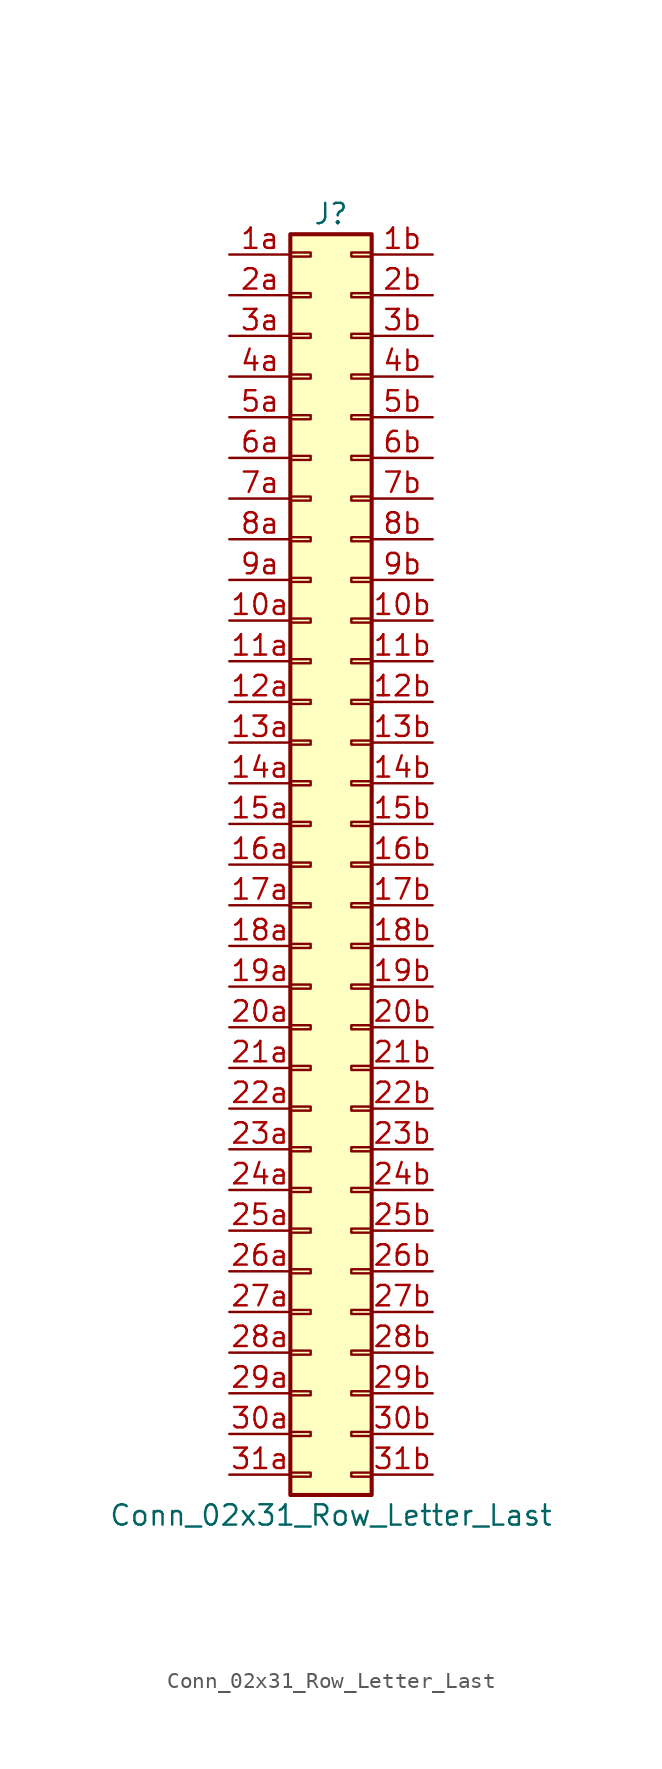
<source format=kicad_sym>
(kicad_symbol_lib
  (version 20201005)
  (generator kicad_symbol_editor)
  (symbol "Conn_02x31_Row_Letter_Last"
    (pin_names
      (offset 1.016) hide)
    (property "Reference" "J"
      (at 1.27 40.64 0)
      (effects (font (size 1.27 1.27))))
    (property "Value" "Conn_02x31_Row_Letter_Last"
      (at 1.27 -40.64 0)
      (effects (font (size 1.27 1.27))))
    (symbol "Conn_02x31_Row_Letter_Last_1_1"
      (rectangle (start -1.27 -37.973) (end 0 -38.227) (stroke (width 0.152)) (fill (type none)))
      (rectangle (start -1.27 -35.433) (end 0 -35.687) (stroke (width 0.152)) (fill (type none)))
      (rectangle (start -1.27 -32.893) (end 0 -33.147) (stroke (width 0.152)) (fill (type none)))
      (rectangle (start -1.27 -30.353) (end 0 -30.607) (stroke (width 0.152)) (fill (type none)))
      (rectangle (start -1.27 -27.813) (end 0 -28.067) (stroke (width 0.152)) (fill (type none)))
      (rectangle (start -1.27 -25.273) (end 0 -25.527) (stroke (width 0.152)) (fill (type none)))
      (rectangle (start -1.27 -22.733) (end 0 -22.987) (stroke (width 0.152)) (fill (type none)))
      (rectangle (start -1.27 -20.193) (end 0 -20.447) (stroke (width 0.152)) (fill (type none)))
      (rectangle (start -1.27 -17.653) (end 0 -17.907) (stroke (width 0.152)) (fill (type none)))
      (rectangle (start -1.27 -15.113) (end 0 -15.367) (stroke (width 0.152)) (fill (type none)))
      (rectangle (start -1.27 -12.573) (end 0 -12.827) (stroke (width 0.152)) (fill (type none)))
      (rectangle (start -1.27 -10.033) (end 0 -10.287) (stroke (width 0.152)) (fill (type none)))
      (rectangle (start -1.27 -7.493) (end 0 -7.747) (stroke (width 0.152)) (fill (type none)))
      (rectangle (start -1.27 -4.953) (end 0 -5.207) (stroke (width 0.152)) (fill (type none)))
      (rectangle (start -1.27 -2.413) (end 0 -2.667) (stroke (width 0.152)) (fill (type none)))
      (rectangle (start -1.27 0.127) (end 0 -0.127) (stroke (width 0.152)) (fill (type none)))
      (rectangle (start -1.27 2.667) (end 0 2.413) (stroke (width 0.152)) (fill (type none)))
      (rectangle (start -1.27 5.207) (end 0 4.953) (stroke (width 0.152)) (fill (type none)))
      (rectangle (start -1.27 7.747) (end 0 7.493) (stroke (width 0.152)) (fill (type none)))
      (rectangle (start -1.27 10.287) (end 0 10.033) (stroke (width 0.152)) (fill (type none)))
      (rectangle (start -1.27 12.827) (end 0 12.573) (stroke (width 0.152)) (fill (type none)))
      (rectangle (start -1.27 15.367) (end 0 15.113) (stroke (width 0.152)) (fill (type none)))
      (rectangle (start -1.27 17.907) (end 0 17.653) (stroke (width 0.152)) (fill (type none)))
      (rectangle (start -1.27 20.447) (end 0 20.193) (stroke (width 0.152)) (fill (type none)))
      (rectangle (start -1.27 22.987) (end 0 22.733) (stroke (width 0.152)) (fill (type none)))
      (rectangle (start -1.27 25.527) (end 0 25.273) (stroke (width 0.152)) (fill (type none)))
      (rectangle (start -1.27 28.067) (end 0 27.813) (stroke (width 0.152)) (fill (type none)))
      (rectangle (start -1.27 30.607) (end 0 30.353) (stroke (width 0.152)) (fill (type none)))
      (rectangle (start -1.27 33.147) (end 0 32.893) (stroke (width 0.152)) (fill (type none)))
      (rectangle (start -1.27 35.687) (end 0 35.433) (stroke (width 0.152)) (fill (type none)))
      (rectangle (start -1.27 38.227) (end 0 37.973) (stroke (width 0.152)) (fill (type none)))
      (rectangle (start 3.81 -37.973) (end 2.54 -38.227) (stroke (width 0.152)) (fill (type none)))
      (rectangle (start 3.81 -35.433) (end 2.54 -35.687) (stroke (width 0.152)) (fill (type none)))
      (rectangle (start 3.81 -32.893) (end 2.54 -33.147) (stroke (width 0.152)) (fill (type none)))
      (rectangle (start 3.81 -30.353) (end 2.54 -30.607) (stroke (width 0.152)) (fill (type none)))
      (rectangle (start 3.81 -27.813) (end 2.54 -28.067) (stroke (width 0.152)) (fill (type none)))
      (rectangle (start 3.81 -25.273) (end 2.54 -25.527) (stroke (width 0.152)) (fill (type none)))
      (rectangle (start 3.81 -22.733) (end 2.54 -22.987) (stroke (width 0.152)) (fill (type none)))
      (rectangle (start 3.81 -20.193) (end 2.54 -20.447) (stroke (width 0.152)) (fill (type none)))
      (rectangle (start 3.81 -17.653) (end 2.54 -17.907) (stroke (width 0.152)) (fill (type none)))
      (rectangle (start 3.81 -15.113) (end 2.54 -15.367) (stroke (width 0.152)) (fill (type none)))
      (rectangle (start 3.81 -12.573) (end 2.54 -12.827) (stroke (width 0.152)) (fill (type none)))
      (rectangle (start 3.81 -10.033) (end 2.54 -10.287) (stroke (width 0.152)) (fill (type none)))
      (rectangle (start 3.81 -7.493) (end 2.54 -7.747) (stroke (width 0.152)) (fill (type none)))
      (rectangle (start 3.81 -4.953) (end 2.54 -5.207) (stroke (width 0.152)) (fill (type none)))
      (rectangle (start 3.81 -2.413) (end 2.54 -2.667) (stroke (width 0.152)) (fill (type none)))
      (rectangle (start 3.81 0.127) (end 2.54 -0.127) (stroke (width 0.152)) (fill (type none)))
      (rectangle (start 3.81 2.667) (end 2.54 2.413) (stroke (width 0.152)) (fill (type none)))
      (rectangle (start 3.81 5.207) (end 2.54 4.953) (stroke (width 0.152)) (fill (type none)))
      (rectangle (start 3.81 7.747) (end 2.54 7.493) (stroke (width 0.152)) (fill (type none)))
      (rectangle (start 3.81 10.287) (end 2.54 10.033) (stroke (width 0.152)) (fill (type none)))
      (rectangle (start 3.81 12.827) (end 2.54 12.573) (stroke (width 0.152)) (fill (type none)))
      (rectangle (start 3.81 15.367) (end 2.54 15.113) (stroke (width 0.152)) (fill (type none)))
      (rectangle (start 3.81 17.907) (end 2.54 17.653) (stroke (width 0.152)) (fill (type none)))
      (rectangle (start 3.81 20.447) (end 2.54 20.193) (stroke (width 0.152)) (fill (type none)))
      (rectangle (start 3.81 22.987) (end 2.54 22.733) (stroke (width 0.152)) (fill (type none)))
      (rectangle (start 3.81 25.527) (end 2.54 25.273) (stroke (width 0.152)) (fill (type none)))
      (rectangle (start 3.81 28.067) (end 2.54 27.813) (stroke (width 0.152)) (fill (type none)))
      (rectangle (start 3.81 30.607) (end 2.54 30.353) (stroke (width 0.152)) (fill (type none)))
      (rectangle (start 3.81 33.147) (end 2.54 32.893) (stroke (width 0.152)) (fill (type none)))
      (rectangle (start 3.81 35.687) (end 2.54 35.433) (stroke (width 0.152)) (fill (type none)))
      (rectangle (start 3.81 38.227) (end 2.54 37.973) (stroke (width 0.152)) (fill (type none)))
      (rectangle (start -1.27 39.37) (end 3.81 -39.37) (stroke (width 0.254)) (fill (type background)))
      (pin passive line (at -5.08 15.24 0) (length 3.81) (name "Pin_10a" (effects (font (size 1.27 1.27)))) (number "10a" (effects (font (size 1.27 1.27)))))
      (pin passive line (at 7.62 15.24 180) (length 3.81) (name "Pin_10b" (effects (font (size 1.27 1.27)))) (number "10b" (effects (font (size 1.27 1.27)))))
      (pin passive line (at -5.08 12.7 0) (length 3.81) (name "Pin_11a" (effects (font (size 1.27 1.27)))) (number "11a" (effects (font (size 1.27 1.27)))))
      (pin passive line (at 7.62 12.7 180) (length 3.81) (name "Pin_11b" (effects (font (size 1.27 1.27)))) (number "11b" (effects (font (size 1.27 1.27)))))
      (pin passive line (at -5.08 10.16 0) (length 3.81) (name "Pin_12a" (effects (font (size 1.27 1.27)))) (number "12a" (effects (font (size 1.27 1.27)))))
      (pin passive line (at 7.62 10.16 180) (length 3.81) (name "Pin_12b" (effects (font (size 1.27 1.27)))) (number "12b" (effects (font (size 1.27 1.27)))))
      (pin passive line (at -5.08 7.62 0) (length 3.81) (name "Pin_13a" (effects (font (size 1.27 1.27)))) (number "13a" (effects (font (size 1.27 1.27)))))
      (pin passive line (at 7.62 7.62 180) (length 3.81) (name "Pin_13b" (effects (font (size 1.27 1.27)))) (number "13b" (effects (font (size 1.27 1.27)))))
      (pin passive line (at -5.08 5.08 0) (length 3.81) (name "Pin_14a" (effects (font (size 1.27 1.27)))) (number "14a" (effects (font (size 1.27 1.27)))))
      (pin passive line (at 7.62 5.08 180) (length 3.81) (name "Pin_14b" (effects (font (size 1.27 1.27)))) (number "14b" (effects (font (size 1.27 1.27)))))
      (pin passive line (at -5.08 2.54 0) (length 3.81) (name "Pin_15a" (effects (font (size 1.27 1.27)))) (number "15a" (effects (font (size 1.27 1.27)))))
      (pin passive line (at 7.62 2.54 180) (length 3.81) (name "Pin_15b" (effects (font (size 1.27 1.27)))) (number "15b" (effects (font (size 1.27 1.27)))))
      (pin passive line (at -5.08 0 0) (length 3.81) (name "Pin_16a" (effects (font (size 1.27 1.27)))) (number "16a" (effects (font (size 1.27 1.27)))))
      (pin passive line (at 7.62 0 180) (length 3.81) (name "Pin_16b" (effects (font (size 1.27 1.27)))) (number "16b" (effects (font (size 1.27 1.27)))))
      (pin passive line (at -5.08 -2.54 0) (length 3.81) (name "Pin_17a" (effects (font (size 1.27 1.27)))) (number "17a" (effects (font (size 1.27 1.27)))))
      (pin passive line (at 7.62 -2.54 180) (length 3.81) (name "Pin_17b" (effects (font (size 1.27 1.27)))) (number "17b" (effects (font (size 1.27 1.27)))))
      (pin passive line (at -5.08 -5.08 0) (length 3.81) (name "Pin_18a" (effects (font (size 1.27 1.27)))) (number "18a" (effects (font (size 1.27 1.27)))))
      (pin passive line (at 7.62 -5.08 180) (length 3.81) (name "Pin_18b" (effects (font (size 1.27 1.27)))) (number "18b" (effects (font (size 1.27 1.27)))))
      (pin passive line (at -5.08 -7.62 0) (length 3.81) (name "Pin_19a" (effects (font (size 1.27 1.27)))) (number "19a" (effects (font (size 1.27 1.27)))))
      (pin passive line (at 7.62 -7.62 180) (length 3.81) (name "Pin_19b" (effects (font (size 1.27 1.27)))) (number "19b" (effects (font (size 1.27 1.27)))))
      (pin passive line (at -5.08 38.1 0) (length 3.81) (name "Pin_1a" (effects (font (size 1.27 1.27)))) (number "1a" (effects (font (size 1.27 1.27)))))
      (pin passive line (at 7.62 38.1 180) (length 3.81) (name "Pin_1b" (effects (font (size 1.27 1.27)))) (number "1b" (effects (font (size 1.27 1.27)))))
      (pin passive line (at -5.08 -10.16 0) (length 3.81) (name "Pin_20a" (effects (font (size 1.27 1.27)))) (number "20a" (effects (font (size 1.27 1.27)))))
      (pin passive line (at 7.62 -10.16 180) (length 3.81) (name "Pin_20b" (effects (font (size 1.27 1.27)))) (number "20b" (effects (font (size 1.27 1.27)))))
      (pin passive line (at -5.08 -12.7 0) (length 3.81) (name "Pin_21a" (effects (font (size 1.27 1.27)))) (number "21a" (effects (font (size 1.27 1.27)))))
      (pin passive line (at 7.62 -12.7 180) (length 3.81) (name "Pin_21b" (effects (font (size 1.27 1.27)))) (number "21b" (effects (font (size 1.27 1.27)))))
      (pin passive line (at -5.08 -15.24 0) (length 3.81) (name "Pin_22a" (effects (font (size 1.27 1.27)))) (number "22a" (effects (font (size 1.27 1.27)))))
      (pin passive line (at 7.62 -15.24 180) (length 3.81) (name "Pin_22b" (effects (font (size 1.27 1.27)))) (number "22b" (effects (font (size 1.27 1.27)))))
      (pin passive line (at -5.08 -17.78 0) (length 3.81) (name "Pin_23a" (effects (font (size 1.27 1.27)))) (number "23a" (effects (font (size 1.27 1.27)))))
      (pin passive line (at 7.62 -17.78 180) (length 3.81) (name "Pin_23b" (effects (font (size 1.27 1.27)))) (number "23b" (effects (font (size 1.27 1.27)))))
      (pin passive line (at -5.08 -20.32 0) (length 3.81) (name "Pin_24a" (effects (font (size 1.27 1.27)))) (number "24a" (effects (font (size 1.27 1.27)))))
      (pin passive line (at 7.62 -20.32 180) (length 3.81) (name "Pin_24b" (effects (font (size 1.27 1.27)))) (number "24b" (effects (font (size 1.27 1.27)))))
      (pin passive line (at -5.08 -22.86 0) (length 3.81) (name "Pin_25a" (effects (font (size 1.27 1.27)))) (number "25a" (effects (font (size 1.27 1.27)))))
      (pin passive line (at 7.62 -22.86 180) (length 3.81) (name "Pin_25b" (effects (font (size 1.27 1.27)))) (number "25b" (effects (font (size 1.27 1.27)))))
      (pin passive line (at -5.08 -25.4 0) (length 3.81) (name "Pin_26a" (effects (font (size 1.27 1.27)))) (number "26a" (effects (font (size 1.27 1.27)))))
      (pin passive line (at 7.62 -25.4 180) (length 3.81) (name "Pin_26b" (effects (font (size 1.27 1.27)))) (number "26b" (effects (font (size 1.27 1.27)))))
      (pin passive line (at -5.08 -27.94 0) (length 3.81) (name "Pin_27a" (effects (font (size 1.27 1.27)))) (number "27a" (effects (font (size 1.27 1.27)))))
      (pin passive line (at 7.62 -27.94 180) (length 3.81) (name "Pin_27b" (effects (font (size 1.27 1.27)))) (number "27b" (effects (font (size 1.27 1.27)))))
      (pin passive line (at -5.08 -30.48 0) (length 3.81) (name "Pin_28a" (effects (font (size 1.27 1.27)))) (number "28a" (effects (font (size 1.27 1.27)))))
      (pin passive line (at 7.62 -30.48 180) (length 3.81) (name "Pin_28b" (effects (font (size 1.27 1.27)))) (number "28b" (effects (font (size 1.27 1.27)))))
      (pin passive line (at -5.08 -33.02 0) (length 3.81) (name "Pin_29a" (effects (font (size 1.27 1.27)))) (number "29a" (effects (font (size 1.27 1.27)))))
      (pin passive line (at 7.62 -33.02 180) (length 3.81) (name "Pin_29b" (effects (font (size 1.27 1.27)))) (number "29b" (effects (font (size 1.27 1.27)))))
      (pin passive line (at -5.08 35.56 0) (length 3.81) (name "Pin_2a" (effects (font (size 1.27 1.27)))) (number "2a" (effects (font (size 1.27 1.27)))))
      (pin passive line (at 7.62 35.56 180) (length 3.81) (name "Pin_2b" (effects (font (size 1.27 1.27)))) (number "2b" (effects (font (size 1.27 1.27)))))
      (pin passive line (at -5.08 -35.56 0) (length 3.81) (name "Pin_30a" (effects (font (size 1.27 1.27)))) (number "30a" (effects (font (size 1.27 1.27)))))
      (pin passive line (at 7.62 -35.56 180) (length 3.81) (name "Pin_30b" (effects (font (size 1.27 1.27)))) (number "30b" (effects (font (size 1.27 1.27)))))
      (pin passive line (at -5.08 -38.1 0) (length 3.81) (name "Pin_31a" (effects (font (size 1.27 1.27)))) (number "31a" (effects (font (size 1.27 1.27)))))
      (pin passive line (at 7.62 -38.1 180) (length 3.81) (name "Pin_31b" (effects (font (size 1.27 1.27)))) (number "31b" (effects (font (size 1.27 1.27)))))
      (pin passive line (at -5.08 33.02 0) (length 3.81) (name "Pin_3a" (effects (font (size 1.27 1.27)))) (number "3a" (effects (font (size 1.27 1.27)))))
      (pin passive line (at 7.62 33.02 180) (length 3.81) (name "Pin_3b" (effects (font (size 1.27 1.27)))) (number "3b" (effects (font (size 1.27 1.27)))))
      (pin passive line (at -5.08 30.48 0) (length 3.81) (name "Pin_4a" (effects (font (size 1.27 1.27)))) (number "4a" (effects (font (size 1.27 1.27)))))
      (pin passive line (at 7.62 30.48 180) (length 3.81) (name "Pin_4b" (effects (font (size 1.27 1.27)))) (number "4b" (effects (font (size 1.27 1.27)))))
      (pin passive line (at -5.08 27.94 0) (length 3.81) (name "Pin_5a" (effects (font (size 1.27 1.27)))) (number "5a" (effects (font (size 1.27 1.27)))))
      (pin passive line (at 7.62 27.94 180) (length 3.81) (name "Pin_5b" (effects (font (size 1.27 1.27)))) (number "5b" (effects (font (size 1.27 1.27)))))
      (pin passive line (at -5.08 25.4 0) (length 3.81) (name "Pin_6a" (effects (font (size 1.27 1.27)))) (number "6a" (effects (font (size 1.27 1.27)))))
      (pin passive line (at 7.62 25.4 180) (length 3.81) (name "Pin_6b" (effects (font (size 1.27 1.27)))) (number "6b" (effects (font (size 1.27 1.27)))))
      (pin passive line (at -5.08 22.86 0) (length 3.81) (name "Pin_7a" (effects (font (size 1.27 1.27)))) (number "7a" (effects (font (size 1.27 1.27)))))
      (pin passive line (at 7.62 22.86 180) (length 3.81) (name "Pin_7b" (effects (font (size 1.27 1.27)))) (number "7b" (effects (font (size 1.27 1.27)))))
      (pin passive line (at -5.08 20.32 0) (length 3.81) (name "Pin_8a" (effects (font (size 1.27 1.27)))) (number "8a" (effects (font (size 1.27 1.27)))))
      (pin passive line (at 7.62 20.32 180) (length 3.81) (name "Pin_8b" (effects (font (size 1.27 1.27)))) (number "8b" (effects (font (size 1.27 1.27)))))
      (pin passive line (at -5.08 17.78 0) (length 3.81) (name "Pin_9a" (effects (font (size 1.27 1.27)))) (number "9a" (effects (font (size 1.27 1.27)))))
      (pin passive line (at 7.62 17.78 180) (length 3.81) (name "Pin_9b" (effects (font (size 1.27 1.27)))) (number "9b" (effects (font (size 1.27 1.27))))))))
</source>
